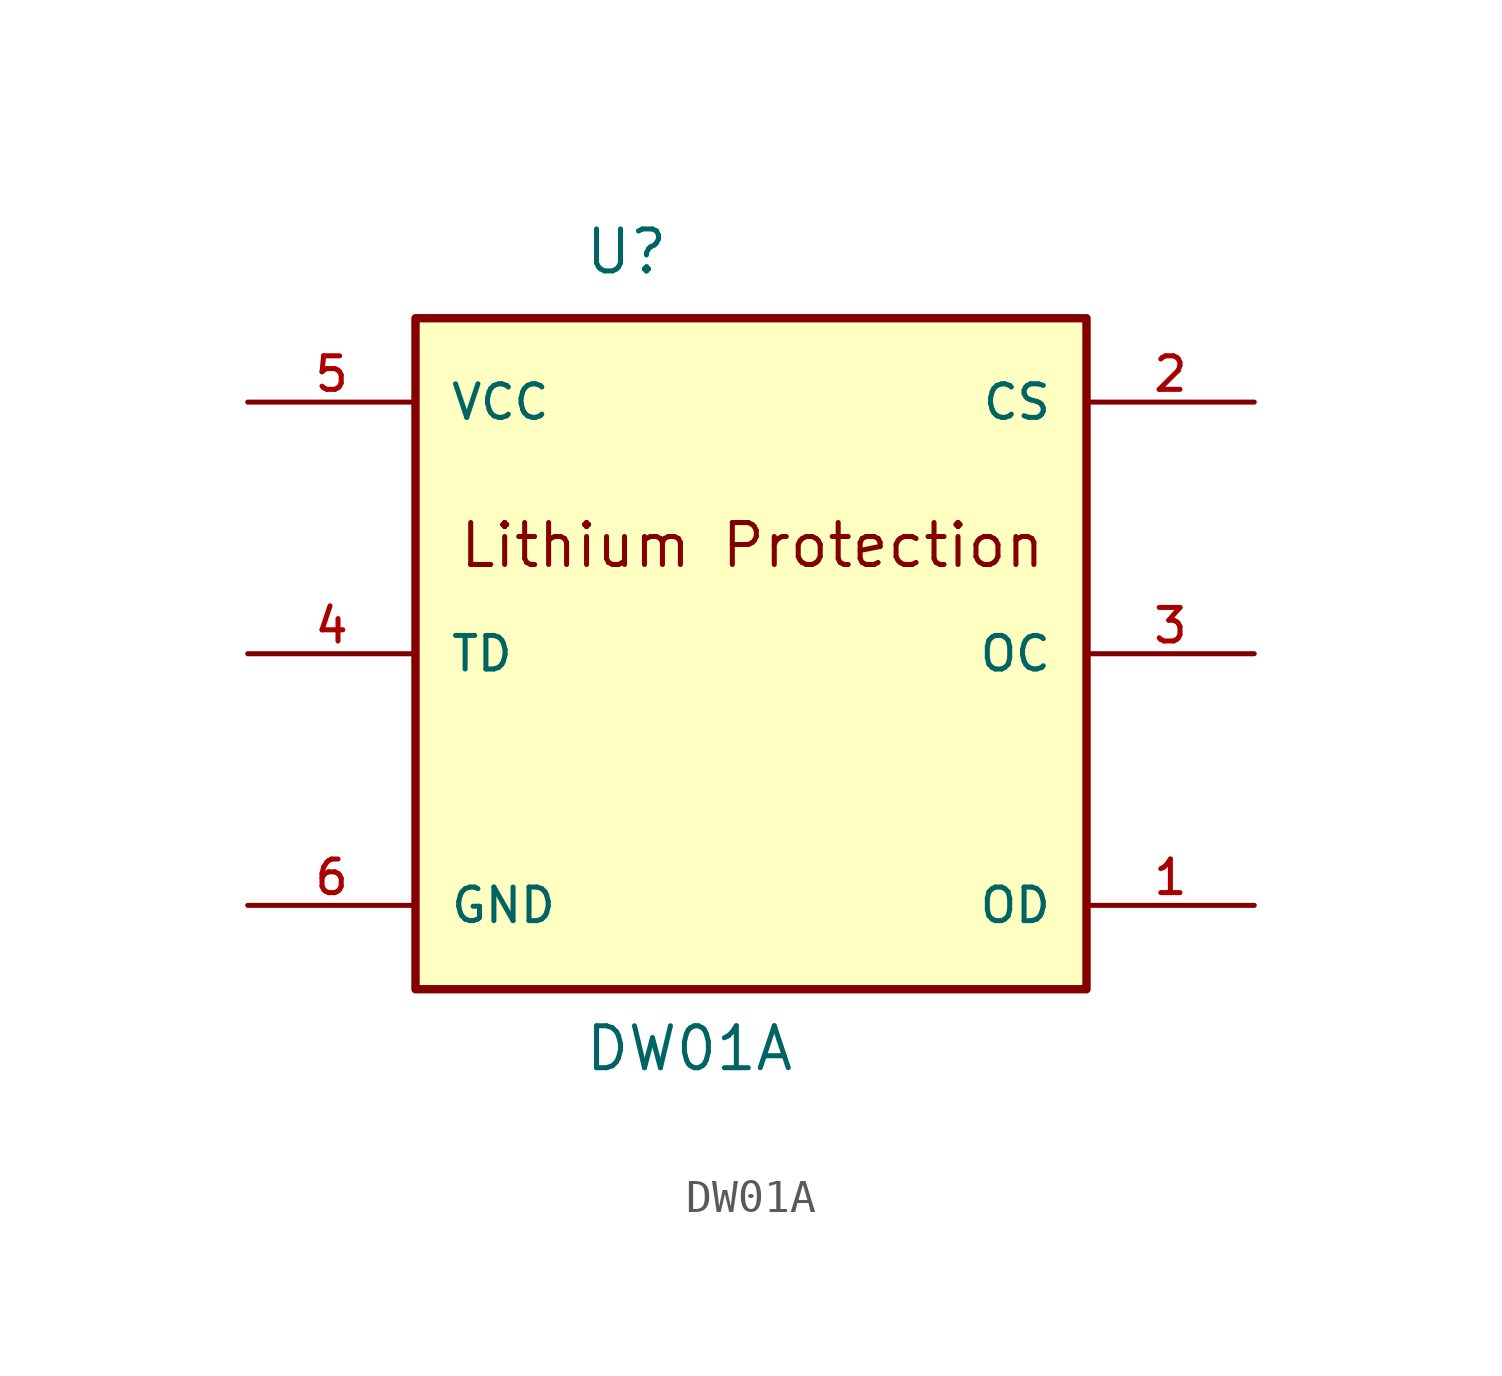
<source format=kicad_sym>
(kicad_symbol_lib
  (version 20220914)
  (generator kicad_symbol_editor)
  (symbol "DW01A"
    (pin_names
      (offset 1.016))
    (property "Reference" "U"
      (at -5.08 11.43 0)
      (effects (font (size 1.27 1.27)) (justify left bottom)))
    (property "Value" "DW01A"
      (at -5.08 -12.7 0)
      (effects (font (size 1.27 1.27)) (justify left bottom)))
    (symbol "DW01A_0_0"
      (rectangle (start -10.16 10.16) (end 10.16 -10.16) (stroke (width 0.254) (type default)) (fill (type background)))
      (text "Lithium Protection" (at -8.89 2.54 0) (effects (font (size 1.27 1.27)) (justify left bottom)))
      (pin bidirectional line (at 15.24 -7.62 180) (length 5.08) (name "OD" (effects (font (size 1.016 1.016)))) (number "1" (effects (font (size 1.016 1.016)))))
      (pin bidirectional line (at 15.24 7.62 180) (length 5.08) (name "CS" (effects (font (size 1.016 1.016)))) (number "2" (effects (font (size 1.016 1.016)))))
      (pin bidirectional line (at 15.24 0 180) (length 5.08) (name "OC" (effects (font (size 1.016 1.016)))) (number "3" (effects (font (size 1.016 1.016)))))
      (pin bidirectional line (at -15.24 0 0) (length 5.08) (name "TD" (effects (font (size 1.016 1.016)))) (number "4" (effects (font (size 1.016 1.016))))))
    (symbol "DW01A_1_0"
      (pin bidirectional line (at -15.24 7.62 0) (length 5.08) (name "VCC" (effects (font (size 1.016 1.016)))) (number "5" (effects (font (size 1.016 1.016)))))
      (pin power_in line (at -15.24 -7.62 0) (length 5.08) (name "GND" (effects (font (size 1.016 1.016)))) (number "6" (effects (font (size 1.016 1.016))))))))
</source>
